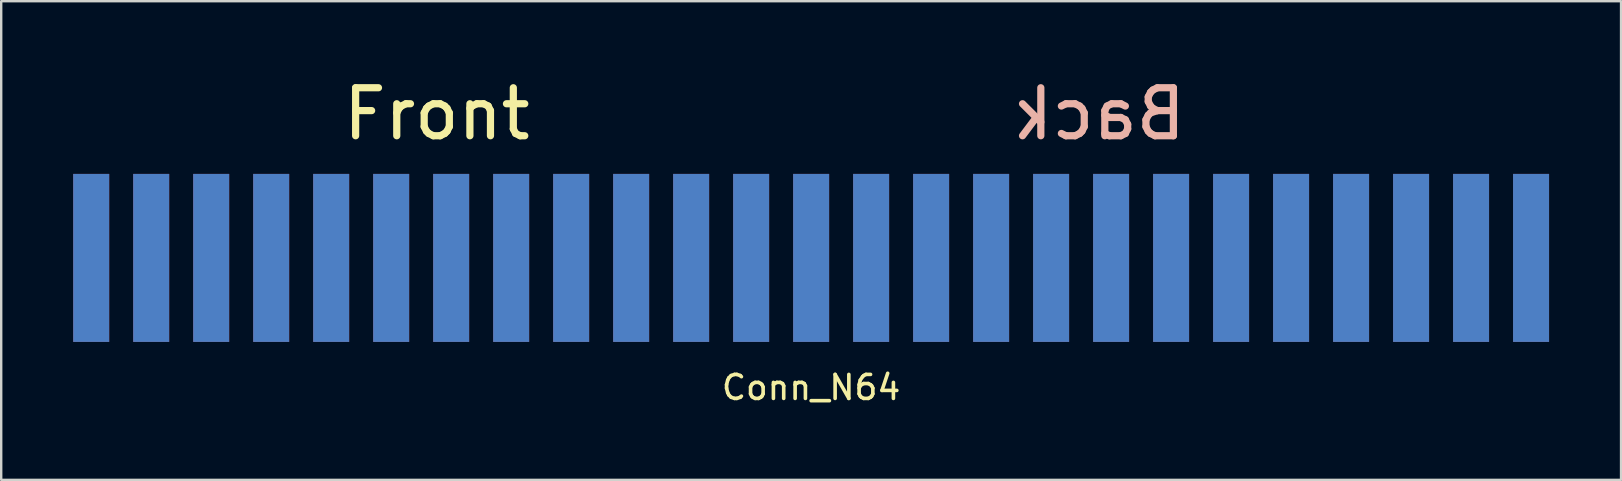
<source format=kicad_pcb>
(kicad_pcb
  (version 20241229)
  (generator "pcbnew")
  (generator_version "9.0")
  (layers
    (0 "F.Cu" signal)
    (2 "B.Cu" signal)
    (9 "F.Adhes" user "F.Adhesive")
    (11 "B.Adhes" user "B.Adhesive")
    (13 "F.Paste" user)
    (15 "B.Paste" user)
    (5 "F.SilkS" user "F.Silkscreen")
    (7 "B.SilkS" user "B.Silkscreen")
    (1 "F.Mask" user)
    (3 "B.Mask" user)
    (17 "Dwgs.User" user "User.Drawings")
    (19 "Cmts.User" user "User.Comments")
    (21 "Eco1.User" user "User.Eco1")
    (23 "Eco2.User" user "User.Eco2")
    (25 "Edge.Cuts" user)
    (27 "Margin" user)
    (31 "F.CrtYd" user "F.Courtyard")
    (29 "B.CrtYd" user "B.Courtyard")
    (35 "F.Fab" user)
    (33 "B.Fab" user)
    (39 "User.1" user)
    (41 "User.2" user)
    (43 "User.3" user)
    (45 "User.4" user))
  (footprint "Conn_N64"
    (layer "F.Cu")
    (at 30.75 7.697)
    (property "Reference" "Conn_N64" (at 0 5.4 0) (layer "F.SilkS") (effects (font (size 1 1) (thickness 0.15))))
    (attr through_hole)
    (fp_text user "Front" (at -15.6 -6 0) (layer "F.SilkS") (effects (font (size 2 2) (thickness 0.3))))
    (fp_text user "Back" (at 12 -6 0) (layer "B.SilkS") (effects (font (size 2 2) (thickness 0.3)) (justify mirror)))
    (pad "1" smd rect (at -30 0) (size 1.5 7) (layers "F.Cu"))
    (pad "2" smd rect (at -27.5 0) (size 1.5 7) (layers "F.Cu"))
    (pad "3" smd rect (at -25 0) (size 1.5 7) (layers "F.Cu"))
    (pad "4" smd rect (at -22.5 0) (size 1.5 7) (layers "F.Cu"))
    (pad "5" smd rect (at -20 0) (size 1.5 7) (layers "F.Cu"))
    (pad "6" smd rect (at -17.5 0) (size 1.5 7) (layers "F.Cu"))
    (pad "7" smd rect (at -15 0) (size 1.5 7) (layers "F.Cu"))
    (pad "8" smd rect (at -12.5 0) (size 1.5 7) (layers "F.Cu"))
    (pad "9" smd rect (at -10 0) (size 1.5 7) (layers "F.Cu"))
    (pad "10" smd rect (at -7.5 0) (size 1.5 7) (layers "F.Cu"))
    (pad "11" smd rect (at -5 0) (size 1.5 7) (layers "F.Cu"))
    (pad "12" smd rect (at -2.5 0) (size 1.5 7) (layers "F.Cu"))
    (pad "13" smd rect (at 0 0) (size 1.5 7) (layers "F.Cu"))
    (pad "14" smd rect (at 2.5 0) (size 1.5 7) (layers "F.Cu"))
    (pad "15" smd rect (at 5 0) (size 1.5 7) (layers "F.Cu"))
    (pad "16" smd rect (at 7.5 0) (size 1.5 7) (layers "F.Cu"))
    (pad "17" smd rect (at 10 0) (size 1.5 7) (layers "F.Cu"))
    (pad "18" smd rect (at 12.5 0) (size 1.5 7) (layers "F.Cu"))
    (pad "19" smd rect (at 15 0) (size 1.5 7) (layers "F.Cu"))
    (pad "20" smd rect (at 17.5 0) (size 1.5 7) (layers "F.Cu"))
    (pad "21" smd rect (at 20 0) (size 1.5 7) (layers "F.Cu"))
    (pad "22" smd rect (at 22.5 0) (size 1.5 7) (layers "F.Cu"))
    (pad "23" smd rect (at 25 0) (size 1.5 7) (layers "F.Cu"))
    (pad "24" smd rect (at 27.5 0) (size 1.5 7) (layers "F.Cu"))
    (pad "25" smd rect (at 30 0) (size 1.5 7) (layers "F.Cu"))
    (pad "26" smd rect (at -30 0) (size 1.5 7) (layers "B.Cu"))
    (pad "27" smd rect (at -27.5 0) (size 1.5 7) (layers "B.Cu"))
    (pad "28" smd rect (at -25 0) (size 1.5 7) (layers "B.Cu"))
    (pad "29" smd rect (at -22.5 0) (size 1.5 7) (layers "B.Cu"))
    (pad "30" smd rect (at -20 0) (size 1.5 7) (layers "B.Cu"))
    (pad "31" smd rect (at -17.5 0) (size 1.5 7) (layers "B.Cu"))
    (pad "32" smd rect (at -15 0) (size 1.5 7) (layers "B.Cu"))
    (pad "33" smd rect (at -12.5 0) (size 1.5 7) (layers "B.Cu"))
    (pad "34" smd rect (at -10 0) (size 1.5 7) (layers "B.Cu"))
    (pad "35" smd rect (at -7.5 0) (size 1.5 7) (layers "B.Cu"))
    (pad "36" smd rect (at -5 0) (size 1.5 7) (layers "B.Cu"))
    (pad "37" smd rect (at -2.5 0) (size 1.5 7) (layers "B.Cu"))
    (pad "38" smd rect (at 0 0) (size 1.5 7) (layers "B.Cu"))
    (pad "39" smd rect (at 2.5 0) (size 1.5 7) (layers "B.Cu"))
    (pad "40" smd rect (at 5 0) (size 1.5 7) (layers "B.Cu"))
    (pad "41" smd rect (at 7.5 0) (size 1.5 7) (layers "B.Cu"))
    (pad "42" smd rect (at 10 0) (size 1.5 7) (layers "B.Cu"))
    (pad "43" smd rect (at 12.5 0) (size 1.5 7) (layers "B.Cu"))
    (pad "44" smd rect (at 15 0) (size 1.5 7) (layers "B.Cu"))
    (pad "45" smd rect (at 17.5 0) (size 1.5 7) (layers "B.Cu"))
    (pad "46" smd rect (at 20 0) (size 1.5 7) (layers "B.Cu"))
    (pad "47" smd rect (at 22.5 0) (size 1.5 7) (layers "B.Cu"))
    (pad "48" smd rect (at 25 0) (size 1.5 7) (layers "B.Cu"))
    (pad "49" smd rect (at 27.5 0) (size 1.5 7) (layers "B.Cu"))
    (pad "50" smd rect (at 30 0) (size 1.5 7) (layers "B.Cu")))
  (gr_rect
    (start -3 -3)
    (end 64.5 16.945)
    (stroke (width 0.1) (type default))
    (fill no)
    (layer "Edge.Cuts")))
</source>
